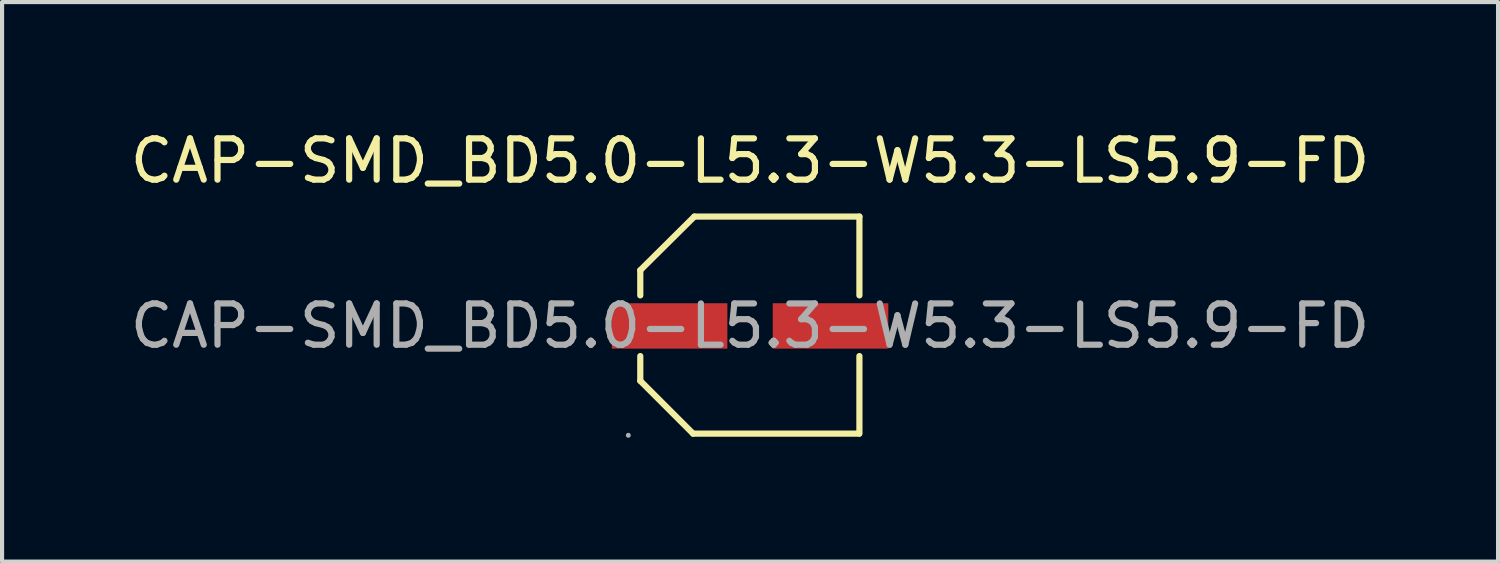
<source format=kicad_pcb>
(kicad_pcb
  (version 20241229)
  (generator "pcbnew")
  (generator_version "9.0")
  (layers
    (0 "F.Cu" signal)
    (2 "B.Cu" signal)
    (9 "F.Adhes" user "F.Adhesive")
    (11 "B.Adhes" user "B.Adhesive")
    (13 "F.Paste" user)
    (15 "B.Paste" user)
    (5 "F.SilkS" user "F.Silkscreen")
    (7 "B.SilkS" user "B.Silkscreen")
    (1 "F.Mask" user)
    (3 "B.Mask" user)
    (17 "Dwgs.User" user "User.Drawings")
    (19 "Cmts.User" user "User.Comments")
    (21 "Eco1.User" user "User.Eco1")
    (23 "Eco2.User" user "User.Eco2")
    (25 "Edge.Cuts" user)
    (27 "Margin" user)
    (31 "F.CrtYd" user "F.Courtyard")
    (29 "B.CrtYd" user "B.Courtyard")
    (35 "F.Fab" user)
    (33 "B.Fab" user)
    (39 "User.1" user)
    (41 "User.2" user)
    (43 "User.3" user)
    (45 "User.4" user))
  (footprint "CAP-SMD_BD5.0-L5.3-W5.3-LS5.9-FD"
    (layer "F.Cu")
    (at 15.125 4.848)
    (property "Reference" "CAP-SMD_BD5.0-L5.3-W5.3-LS5.9-FD" (at 0 -4 0) (layer "F.SilkS") (effects (font (size 1 1) (thickness 0.15))))
    (attr through_hole)
    (fp_line (start -2.66 -1.35) (end -2.66 -0.74) (stroke (width 0.15) (type solid)) (layer "F.SilkS"))
    (fp_line (start -2.66 0.73) (end -2.66 1.33) (stroke (width 0.15) (type solid)) (layer "F.SilkS"))
    (fp_line (start -1.38 2.61) (end -2.66 1.33) (stroke (width 0.15) (type solid)) (layer "F.SilkS"))
    (fp_line (start -1.35 -2.65) (end -2.66 -1.35) (stroke (width 0.15) (type solid)) (layer "F.SilkS"))
    (fp_line (start 2.64 2.61) (end -1.38 2.61) (stroke (width 0.15) (type solid)) (layer "F.SilkS"))
    (fp_line (start 2.65 -2.65) (end -1.35 -2.65) (stroke (width 0.15) (type solid)) (layer "F.SilkS"))
    (fp_line (start 2.65 -2.65) (end 2.65 -0.74) (stroke (width 0.15) (type solid)) (layer "F.SilkS"))
    (fp_line (start 2.65 0.73) (end 2.65 2.61) (stroke (width 0.15) (type solid)) (layer "F.SilkS"))
    (fp_circle (center -2.95 2.65) (end -2.92 2.65) (stroke (width 0.06) (type solid)) (fill no) (layer "F.Fab"))
    (fp_text user "${REFERENCE}" (at 0 0 0) (layer "F.Fab") (effects (font (size 1 1) (thickness 0.15))))
    (pad "1" smd rect (at -1.95 0) (size 2.8 1.1) (layers "F.Cu" "F.Mask" "F.Paste"))
    (pad "2" smd rect (at 1.95 0) (size 2.8 1.1) (layers "F.Cu" "F.Mask" "F.Paste")))
  (gr_rect
    (start -3 -3)
    (end 33.25 10.558)
    (stroke (width 0.1) (type default))
    (fill no)
    (layer "Edge.Cuts")))
</source>
